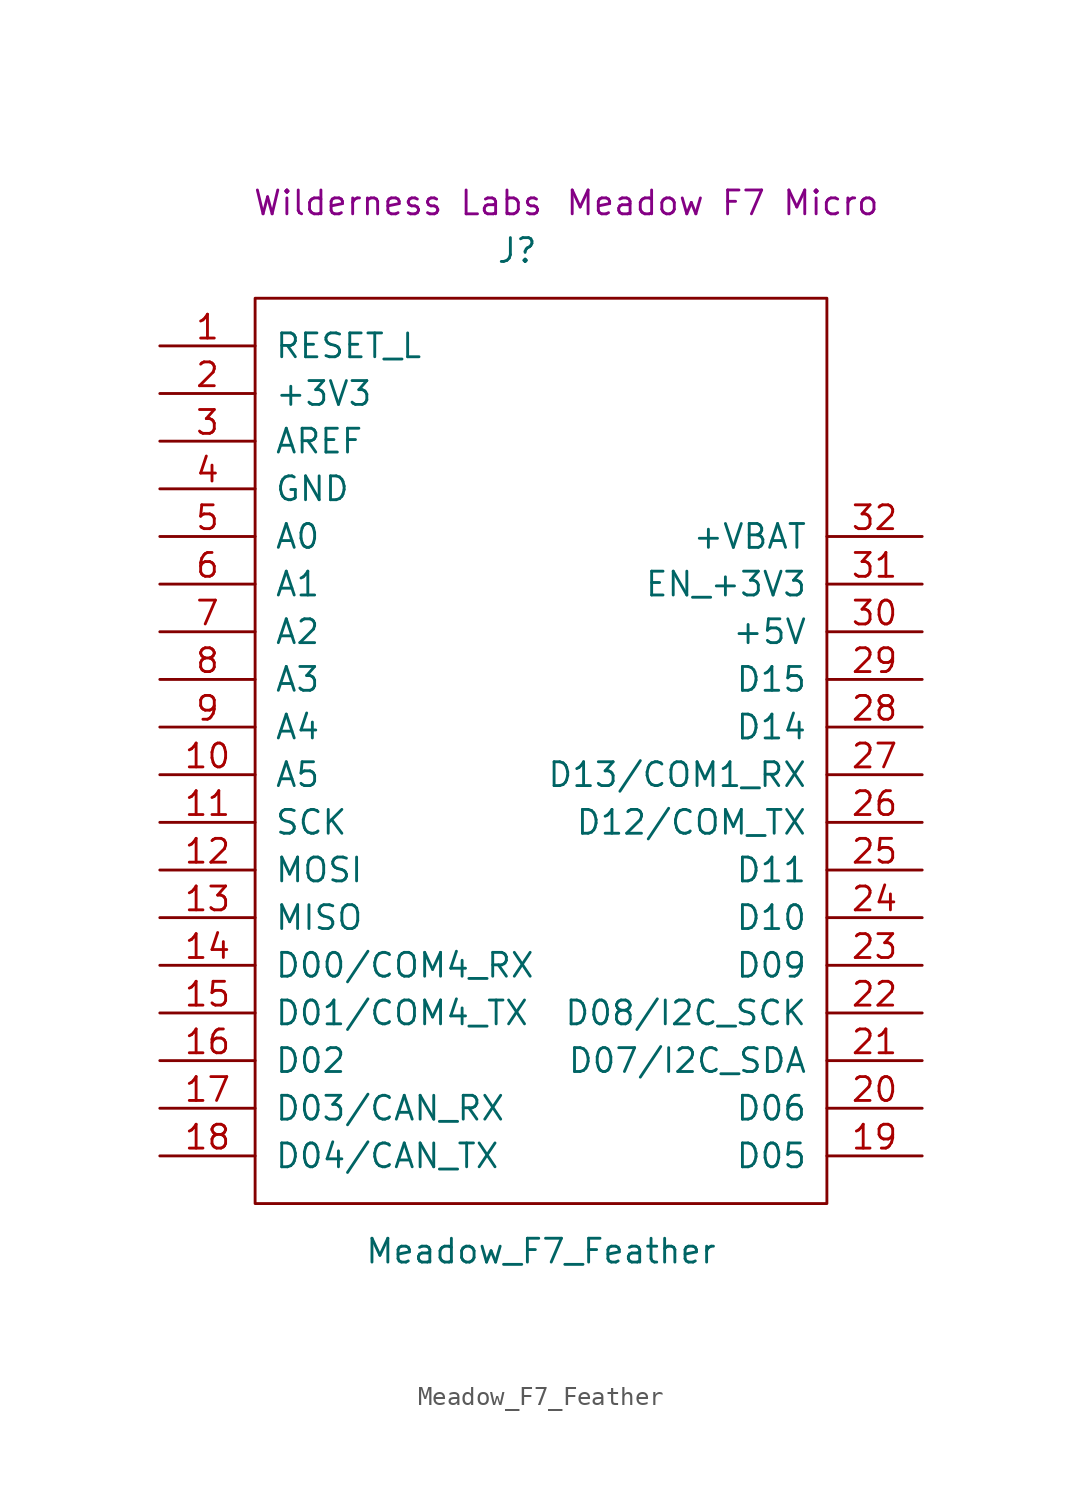
<source format=kicad_sym>
(kicad_symbol_lib
  (version 20220914)
  (generator kicad_symbol_editor)
  (symbol "Meadow_F7_Feather"
    (pin_names
      (offset 1.016))
    (property "Reference" "J"
      (at 19.05 10.16 0)
      (effects (font (size 1.27 1.27))))
    (property "Value" "Meadow_F7_Feather"
      (at 20.32 -43.18 0)
      (effects (font (size 1.27 1.27))))
    (property "MF" "Wilderness Labs"
      (at 12.7 12.7 0)
      (effects (font (size 1.27 1.27))))
    (property "PN" "Meadow F7 Micro "
      (at 30.48 12.7 0)
      (effects (font (size 1.27 1.27))))
    (symbol "Meadow_F7_Feather_0_1"
      (rectangle (start 5.08 7.62) (end 35.56 -40.64) (stroke (width 0) (type default)) (fill (type none))))
    (symbol "Meadow_F7_Feather_1_1"
      (pin input line (at 0 5.08 0) (length 5.08) (name "RESET_L" (effects (font (size 1.27 1.27)))) (number "1" (effects (font (size 1.27 1.27)))))
      (pin bidirectional line (at 0 -17.78 0) (length 5.08) (name "A5" (effects (font (size 1.27 1.27)))) (number "10" (effects (font (size 1.27 1.27)))))
      (pin bidirectional line (at 0 -20.32 0) (length 5.08) (name "SCK" (effects (font (size 1.27 1.27)))) (number "11" (effects (font (size 1.27 1.27)))))
      (pin bidirectional line (at 0 -22.86 0) (length 5.08) (name "MOSI" (effects (font (size 1.27 1.27)))) (number "12" (effects (font (size 1.27 1.27)))))
      (pin bidirectional line (at 0 -25.4 0) (length 5.08) (name "MISO" (effects (font (size 1.27 1.27)))) (number "13" (effects (font (size 1.27 1.27)))))
      (pin bidirectional line (at 0 -27.94 0) (length 5.08) (name "D00/COM4_RX" (effects (font (size 1.27 1.27)))) (number "14" (effects (font (size 1.27 1.27)))))
      (pin bidirectional line (at 0 -30.48 0) (length 5.08) (name "D01/COM4_TX" (effects (font (size 1.27 1.27)))) (number "15" (effects (font (size 1.27 1.27)))))
      (pin bidirectional line (at 0 -33.02 0) (length 5.08) (name "D02" (effects (font (size 1.27 1.27)))) (number "16" (effects (font (size 1.27 1.27)))))
      (pin bidirectional line (at 0 -35.56 0) (length 5.08) (name "D03/CAN_RX" (effects (font (size 1.27 1.27)))) (number "17" (effects (font (size 1.27 1.27)))))
      (pin bidirectional line (at 0 -38.1 0) (length 5.08) (name "D04/CAN_TX" (effects (font (size 1.27 1.27)))) (number "18" (effects (font (size 1.27 1.27)))))
      (pin bidirectional line (at 40.64 -38.1 180) (length 5.08) (name "D05" (effects (font (size 1.27 1.27)))) (number "19" (effects (font (size 1.27 1.27)))))
      (pin power_out line (at 0 2.54 0) (length 5.08) (name "+3V3" (effects (font (size 1.27 1.27)))) (number "2" (effects (font (size 1.27 1.27)))))
      (pin bidirectional line (at 40.64 -35.56 180) (length 5.08) (name "D06" (effects (font (size 1.27 1.27)))) (number "20" (effects (font (size 1.27 1.27)))))
      (pin bidirectional line (at 40.64 -33.02 180) (length 5.08) (name "D07/I2C_SDA" (effects (font (size 1.27 1.27)))) (number "21" (effects (font (size 1.27 1.27)))))
      (pin bidirectional line (at 40.64 -30.48 180) (length 5.08) (name "D08/I2C_SCK" (effects (font (size 1.27 1.27)))) (number "22" (effects (font (size 1.27 1.27)))))
      (pin bidirectional line (at 40.64 -27.94 180) (length 5.08) (name "D09" (effects (font (size 1.27 1.27)))) (number "23" (effects (font (size 1.27 1.27)))))
      (pin bidirectional line (at 40.64 -25.4 180) (length 5.08) (name "D10" (effects (font (size 1.27 1.27)))) (number "24" (effects (font (size 1.27 1.27)))))
      (pin bidirectional line (at 40.64 -22.86 180) (length 5.08) (name "D11" (effects (font (size 1.27 1.27)))) (number "25" (effects (font (size 1.27 1.27)))))
      (pin bidirectional line (at 40.64 -20.32 180) (length 5.08) (name "D12/COM_TX" (effects (font (size 1.27 1.27)))) (number "26" (effects (font (size 1.27 1.27)))))
      (pin bidirectional line (at 40.64 -17.78 180) (length 5.08) (name "D13/COM1_RX" (effects (font (size 1.27 1.27)))) (number "27" (effects (font (size 1.27 1.27)))))
      (pin bidirectional line (at 40.64 -15.24 180) (length 5.08) (name "D14" (effects (font (size 1.27 1.27)))) (number "28" (effects (font (size 1.27 1.27)))))
      (pin bidirectional line (at 40.64 -12.7 180) (length 5.08) (name "D15" (effects (font (size 1.27 1.27)))) (number "29" (effects (font (size 1.27 1.27)))))
      (pin power_in line (at 0 0 0) (length 5.08) (name "AREF" (effects (font (size 1.27 1.27)))) (number "3" (effects (font (size 1.27 1.27)))))
      (pin power_in line (at 40.64 -10.16 180) (length 5.08) (name "+5V" (effects (font (size 1.27 1.27)))) (number "30" (effects (font (size 1.27 1.27)))))
      (pin input line (at 40.64 -7.62 180) (length 5.08) (name "EN_+3V3" (effects (font (size 1.27 1.27)))) (number "31" (effects (font (size 1.27 1.27)))))
      (pin power_in line (at 40.64 -5.08 180) (length 5.08) (name "+VBAT" (effects (font (size 1.27 1.27)))) (number "32" (effects (font (size 1.27 1.27)))))
      (pin power_in line (at 0 -2.54 0) (length 5.08) (name "GND" (effects (font (size 1.27 1.27)))) (number "4" (effects (font (size 1.27 1.27)))))
      (pin bidirectional line (at 0 -5.08 0) (length 5.08) (name "A0" (effects (font (size 1.27 1.27)))) (number "5" (effects (font (size 1.27 1.27)))))
      (pin bidirectional line (at 0 -7.62 0) (length 5.08) (name "A1" (effects (font (size 1.27 1.27)))) (number "6" (effects (font (size 1.27 1.27)))))
      (pin input line (at 0 -10.16 0) (length 5.08) (name "A2" (effects (font (size 1.27 1.27)))) (number "7" (effects (font (size 1.27 1.27)))))
      (pin bidirectional line (at 0 -12.7 0) (length 5.08) (name "A3" (effects (font (size 1.27 1.27)))) (number "8" (effects (font (size 1.27 1.27)))))
      (pin bidirectional line (at 0 -15.24 0) (length 5.08) (name "A4" (effects (font (size 1.27 1.27)))) (number "9" (effects (font (size 1.27 1.27))))))))
</source>
